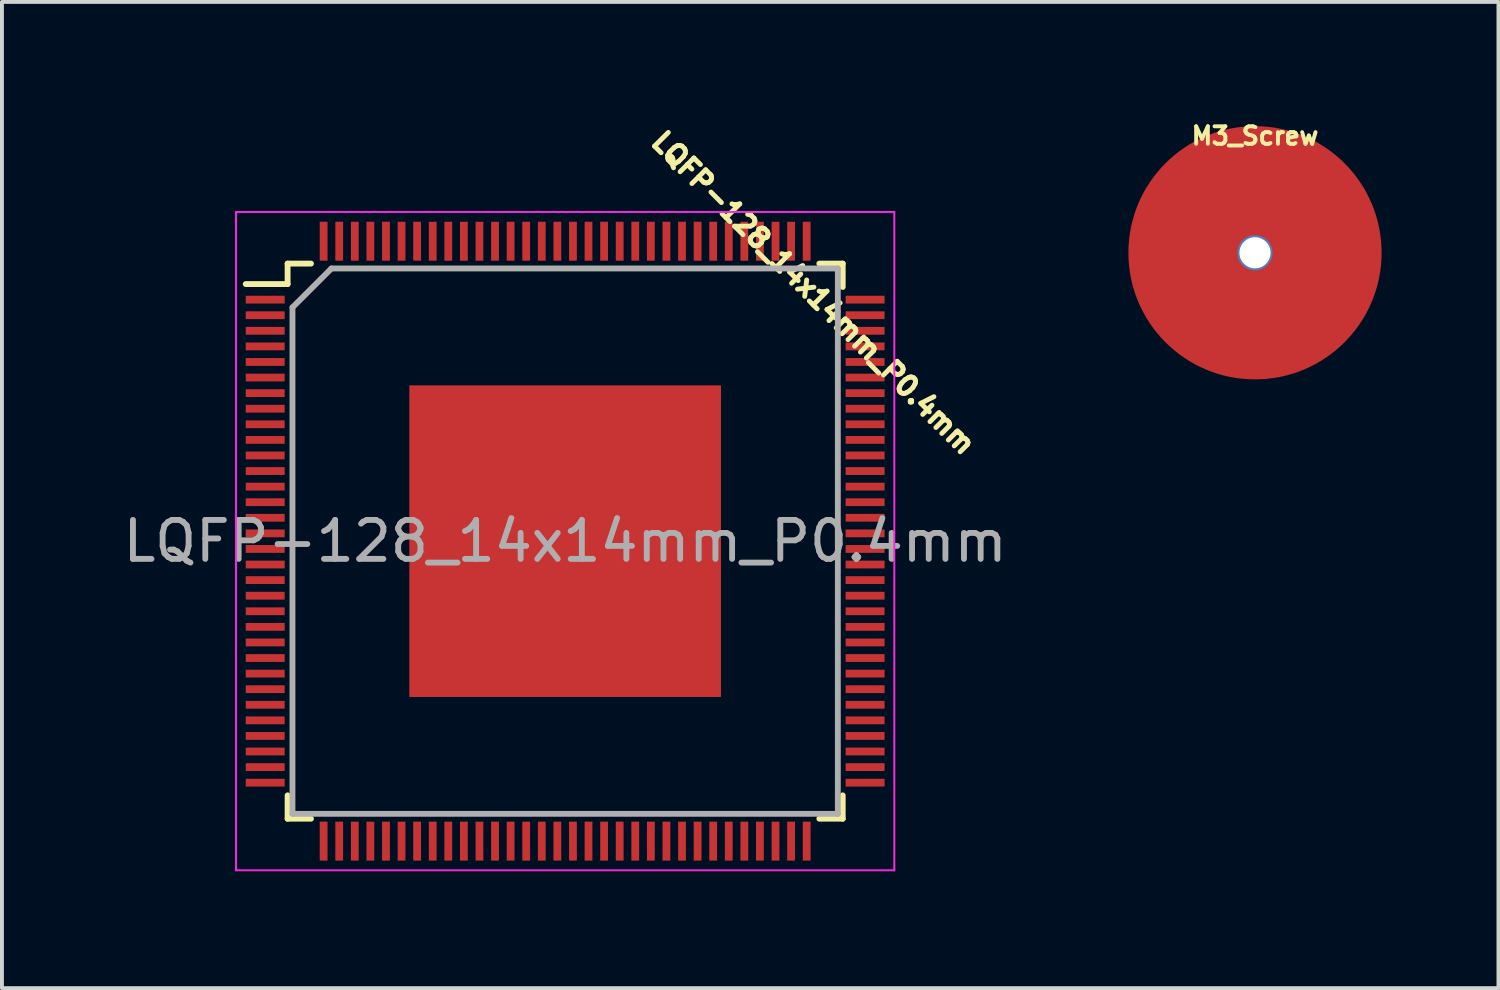
<source format=kicad_pcb>
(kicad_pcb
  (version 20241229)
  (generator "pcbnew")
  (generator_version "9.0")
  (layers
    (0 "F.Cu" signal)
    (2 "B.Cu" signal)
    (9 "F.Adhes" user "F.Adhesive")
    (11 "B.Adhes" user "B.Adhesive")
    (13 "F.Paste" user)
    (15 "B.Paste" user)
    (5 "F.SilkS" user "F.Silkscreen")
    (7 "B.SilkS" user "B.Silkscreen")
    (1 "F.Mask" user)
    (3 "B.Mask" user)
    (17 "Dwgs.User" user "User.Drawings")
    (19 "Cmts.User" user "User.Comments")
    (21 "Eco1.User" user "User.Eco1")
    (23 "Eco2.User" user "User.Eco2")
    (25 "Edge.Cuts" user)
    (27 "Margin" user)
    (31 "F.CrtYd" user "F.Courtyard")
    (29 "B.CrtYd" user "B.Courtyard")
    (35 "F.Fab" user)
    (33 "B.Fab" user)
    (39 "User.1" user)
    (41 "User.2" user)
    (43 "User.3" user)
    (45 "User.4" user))
  (footprint "LQFP-128_14x14mm_P0.4mm"
    (layer "F.Cu")
    (at 11.458 10.842)
    (property "Reference" "LQFP-128_14x14mm_P0.4mm" (at 6.376 -6.376 135) (layer "F.SilkS") (effects (font (size 0.5 0.5) (thickness 0.125))))
    (attr smd)
    (fp_line (start -7.125 -7.125) (end -7.125 -6.6) (stroke (width 0.15) (type solid)) (layer "F.SilkS"))
    (fp_line (start -7.125 -7.125) (end -6.525 -7.125) (stroke (width 0.15) (type solid)) (layer "F.SilkS"))
    (fp_line (start -7.125 -6.6) (end -8.2 -6.6) (stroke (width 0.15) (type solid)) (layer "F.SilkS"))
    (fp_line (start -7.125 7.125) (end -7.125 6.525) (stroke (width 0.15) (type solid)) (layer "F.SilkS"))
    (fp_line (start -7.125 7.125) (end -6.525 7.125) (stroke (width 0.15) (type solid)) (layer "F.SilkS"))
    (fp_line (start 7.125 -7.125) (end 6.525 -7.125) (stroke (width 0.15) (type solid)) (layer "F.SilkS"))
    (fp_line (start 7.125 -7.125) (end 7.125 -6.525) (stroke (width 0.15) (type solid)) (layer "F.SilkS"))
    (fp_line (start 7.125 7.125) (end 6.525 7.125) (stroke (width 0.15) (type solid)) (layer "F.SilkS"))
    (fp_line (start 7.125 7.125) (end 7.125 6.525) (stroke (width 0.15) (type solid)) (layer "F.SilkS"))
    (fp_line (start -8.45 -8.45) (end -8.45 8.45) (stroke (width 0.05) (type solid)) (layer "F.CrtYd"))
    (fp_line (start -8.45 -8.45) (end 8.45 -8.45) (stroke (width 0.05) (type solid)) (layer "F.CrtYd"))
    (fp_line (start -8.45 8.45) (end 8.45 8.45) (stroke (width 0.05) (type solid)) (layer "F.CrtYd"))
    (fp_line (start 8.45 -8.45) (end 8.45 8.45) (stroke (width 0.05) (type solid)) (layer "F.CrtYd"))
    (fp_line (start -7 -6) (end -6 -7) (stroke (width 0.15) (type solid)) (layer "F.Fab"))
    (fp_line (start -7 7) (end -7 -6) (stroke (width 0.15) (type solid)) (layer "F.Fab"))
    (fp_line (start -6 -7) (end 7 -7) (stroke (width 0.15) (type solid)) (layer "F.Fab"))
    (fp_line (start 7 -7) (end 7 7) (stroke (width 0.15) (type solid)) (layer "F.Fab"))
    (fp_line (start 7 7) (end -7 7) (stroke (width 0.15) (type solid)) (layer "F.Fab"))
    (fp_text user "${REFERENCE}" (at 0 0 0) (layer "F.Fab") (effects (font (size 1 1) (thickness 0.15))))
    (pad "1" smd rect (at -7.7 -6.2) (size 1 0.2) (layers "F.Cu" "F.Mask" "F.Paste"))
    (pad "2" smd rect (at -7.7 -5.8) (size 1 0.2) (layers "F.Cu" "F.Mask" "F.Paste"))
    (pad "3" smd rect (at -7.7 -5.4) (size 1 0.2) (layers "F.Cu" "F.Mask" "F.Paste"))
    (pad "4" smd rect (at -7.7 -5) (size 1 0.2) (layers "F.Cu" "F.Mask" "F.Paste"))
    (pad "5" smd rect (at -7.7 -4.6) (size 1 0.2) (layers "F.Cu" "F.Mask" "F.Paste"))
    (pad "6" smd rect (at -7.7 -4.2) (size 1 0.2) (layers "F.Cu" "F.Mask" "F.Paste"))
    (pad "7" smd rect (at -7.7 -3.8) (size 1 0.2) (layers "F.Cu" "F.Mask" "F.Paste"))
    (pad "8" smd rect (at -7.7 -3.4) (size 1 0.2) (layers "F.Cu" "F.Mask" "F.Paste"))
    (pad "9" smd rect (at -7.7 -3) (size 1 0.2) (layers "F.Cu" "F.Mask" "F.Paste"))
    (pad "10" smd rect (at -7.7 -2.6) (size 1 0.2) (layers "F.Cu" "F.Mask" "F.Paste"))
    (pad "11" smd rect (at -7.7 -2.2) (size 1 0.2) (layers "F.Cu" "F.Mask" "F.Paste"))
    (pad "12" smd rect (at -7.7 -1.8) (size 1 0.2) (layers "F.Cu" "F.Mask" "F.Paste"))
    (pad "13" smd rect (at -7.7 -1.4) (size 1 0.2) (layers "F.Cu" "F.Mask" "F.Paste"))
    (pad "14" smd rect (at -7.7 -1) (size 1 0.2) (layers "F.Cu" "F.Mask" "F.Paste"))
    (pad "15" smd rect (at -7.7 -0.6) (size 1 0.2) (layers "F.Cu" "F.Mask" "F.Paste"))
    (pad "16" smd rect (at -7.7 -0.2) (size 1 0.2) (layers "F.Cu" "F.Mask" "F.Paste"))
    (pad "17" smd rect (at -7.7 0.2) (size 1 0.2) (layers "F.Cu" "F.Mask" "F.Paste"))
    (pad "18" smd rect (at -7.7 0.6) (size 1 0.2) (layers "F.Cu" "F.Mask" "F.Paste"))
    (pad "19" smd rect (at -7.7 1) (size 1 0.2) (layers "F.Cu" "F.Mask" "F.Paste"))
    (pad "20" smd rect (at -7.7 1.4) (size 1 0.2) (layers "F.Cu" "F.Mask" "F.Paste"))
    (pad "21" smd rect (at -7.7 1.8) (size 1 0.2) (layers "F.Cu" "F.Mask" "F.Paste"))
    (pad "22" smd rect (at -7.7 2.2) (size 1 0.2) (layers "F.Cu" "F.Mask" "F.Paste"))
    (pad "23" smd rect (at -7.7 2.6) (size 1 0.2) (layers "F.Cu" "F.Mask" "F.Paste"))
    (pad "24" smd rect (at -7.7 3) (size 1 0.2) (layers "F.Cu" "F.Mask" "F.Paste"))
    (pad "25" smd rect (at -7.7 3.4) (size 1 0.2) (layers "F.Cu" "F.Mask" "F.Paste"))
    (pad "26" smd rect (at -7.7 3.8) (size 1 0.2) (layers "F.Cu" "F.Mask" "F.Paste"))
    (pad "27" smd rect (at -7.7 4.2) (size 1 0.2) (layers "F.Cu" "F.Mask" "F.Paste"))
    (pad "28" smd rect (at -7.7 4.6) (size 1 0.2) (layers "F.Cu" "F.Mask" "F.Paste"))
    (pad "29" smd rect (at -7.7 5) (size 1 0.2) (layers "F.Cu" "F.Mask" "F.Paste"))
    (pad "30" smd rect (at -7.7 5.4) (size 1 0.2) (layers "F.Cu" "F.Mask" "F.Paste"))
    (pad "31" smd rect (at -7.7 5.8) (size 1 0.2) (layers "F.Cu" "F.Mask" "F.Paste"))
    (pad "32" smd rect (at -7.7 6.2) (size 1 0.2) (layers "F.Cu" "F.Mask" "F.Paste"))
    (pad "33" smd rect (at -6.2 7.7 90) (size 1 0.2) (layers "F.Cu" "F.Mask" "F.Paste"))
    (pad "34" smd rect (at -5.8 7.7 90) (size 1 0.2) (layers "F.Cu" "F.Mask" "F.Paste"))
    (pad "35" smd rect (at -5.4 7.7 90) (size 1 0.2) (layers "F.Cu" "F.Mask" "F.Paste"))
    (pad "36" smd rect (at -5 7.7 90) (size 1 0.2) (layers "F.Cu" "F.Mask" "F.Paste"))
    (pad "37" smd rect (at -4.6 7.7 90) (size 1 0.2) (layers "F.Cu" "F.Mask" "F.Paste"))
    (pad "38" smd rect (at -4.2 7.7 90) (size 1 0.2) (layers "F.Cu" "F.Mask" "F.Paste"))
    (pad "39" smd rect (at -3.8 7.7 90) (size 1 0.2) (layers "F.Cu" "F.Mask" "F.Paste"))
    (pad "40" smd rect (at -3.4 7.7 90) (size 1 0.2) (layers "F.Cu" "F.Mask" "F.Paste"))
    (pad "41" smd rect (at -3 7.7 90) (size 1 0.2) (layers "F.Cu" "F.Mask" "F.Paste"))
    (pad "42" smd rect (at -2.6 7.7 90) (size 1 0.2) (layers "F.Cu" "F.Mask" "F.Paste"))
    (pad "43" smd rect (at -2.2 7.7 90) (size 1 0.2) (layers "F.Cu" "F.Mask" "F.Paste"))
    (pad "44" smd rect (at -1.8 7.7 90) (size 1 0.2) (layers "F.Cu" "F.Mask" "F.Paste"))
    (pad "45" smd rect (at -1.4 7.7 90) (size 1 0.2) (layers "F.Cu" "F.Mask" "F.Paste"))
    (pad "46" smd rect (at -1 7.7 90) (size 1 0.2) (layers "F.Cu" "F.Mask" "F.Paste"))
    (pad "47" smd rect (at -0.6 7.7 90) (size 1 0.2) (layers "F.Cu" "F.Mask" "F.Paste"))
    (pad "48" smd rect (at -0.2 7.7 90) (size 1 0.2) (layers "F.Cu" "F.Mask" "F.Paste"))
    (pad "49" smd rect (at 0.2 7.7 90) (size 1 0.2) (layers "F.Cu" "F.Mask" "F.Paste"))
    (pad "50" smd rect (at 0.6 7.7 90) (size 1 0.2) (layers "F.Cu" "F.Mask" "F.Paste"))
    (pad "51" smd rect (at 1 7.7 90) (size 1 0.2) (layers "F.Cu" "F.Mask" "F.Paste"))
    (pad "52" smd rect (at 1.4 7.7 90) (size 1 0.2) (layers "F.Cu" "F.Mask" "F.Paste"))
    (pad "53" smd rect (at 1.8 7.7 90) (size 1 0.2) (layers "F.Cu" "F.Mask" "F.Paste"))
    (pad "54" smd rect (at 2.2 7.7 90) (size 1 0.2) (layers "F.Cu" "F.Mask" "F.Paste"))
    (pad "55" smd rect (at 2.6 7.7 90) (size 1 0.2) (layers "F.Cu" "F.Mask" "F.Paste"))
    (pad "56" smd rect (at 3 7.7 90) (size 1 0.2) (layers "F.Cu" "F.Mask" "F.Paste"))
    (pad "57" smd rect (at 3.4 7.7 90) (size 1 0.2) (layers "F.Cu" "F.Mask" "F.Paste"))
    (pad "58" smd rect (at 3.8 7.7 90) (size 1 0.2) (layers "F.Cu" "F.Mask" "F.Paste"))
    (pad "59" smd rect (at 4.2 7.7 90) (size 1 0.2) (layers "F.Cu" "F.Mask" "F.Paste"))
    (pad "60" smd rect (at 4.6 7.7 90) (size 1 0.2) (layers "F.Cu" "F.Mask" "F.Paste"))
    (pad "61" smd rect (at 5 7.7 90) (size 1 0.2) (layers "F.Cu" "F.Mask" "F.Paste"))
    (pad "62" smd rect (at 5.4 7.7 90) (size 1 0.2) (layers "F.Cu" "F.Mask" "F.Paste"))
    (pad "63" smd rect (at 5.8 7.7 90) (size 1 0.2) (layers "F.Cu" "F.Mask" "F.Paste"))
    (pad "64" smd rect (at 6.2 7.7 90) (size 1 0.2) (layers "F.Cu" "F.Mask" "F.Paste"))
    (pad "65" smd rect (at 7.7 6.2) (size 1 0.2) (layers "F.Cu" "F.Mask" "F.Paste"))
    (pad "66" smd rect (at 7.7 5.8) (size 1 0.2) (layers "F.Cu" "F.Mask" "F.Paste"))
    (pad "67" smd rect (at 7.7 5.4) (size 1 0.2) (layers "F.Cu" "F.Mask" "F.Paste"))
    (pad "68" smd rect (at 7.7 5) (size 1 0.2) (layers "F.Cu" "F.Mask" "F.Paste"))
    (pad "69" smd rect (at 7.7 4.6) (size 1 0.2) (layers "F.Cu" "F.Mask" "F.Paste"))
    (pad "70" smd rect (at 7.7 4.2) (size 1 0.2) (layers "F.Cu" "F.Mask" "F.Paste"))
    (pad "71" smd rect (at 7.7 3.8) (size 1 0.2) (layers "F.Cu" "F.Mask" "F.Paste"))
    (pad "72" smd rect (at 7.7 3.4) (size 1 0.2) (layers "F.Cu" "F.Mask" "F.Paste"))
    (pad "73" smd rect (at 7.7 3) (size 1 0.2) (layers "F.Cu" "F.Mask" "F.Paste"))
    (pad "74" smd rect (at 7.7 2.6) (size 1 0.2) (layers "F.Cu" "F.Mask" "F.Paste"))
    (pad "75" smd rect (at 7.7 2.2) (size 1 0.2) (layers "F.Cu" "F.Mask" "F.Paste"))
    (pad "76" smd rect (at 7.7 1.8) (size 1 0.2) (layers "F.Cu" "F.Mask" "F.Paste"))
    (pad "77" smd rect (at 7.7 1.4) (size 1 0.2) (layers "F.Cu" "F.Mask" "F.Paste"))
    (pad "78" smd rect (at 7.7 1) (size 1 0.2) (layers "F.Cu" "F.Mask" "F.Paste"))
    (pad "79" smd rect (at 7.7 0.6) (size 1 0.2) (layers "F.Cu" "F.Mask" "F.Paste"))
    (pad "80" smd rect (at 7.7 0.2) (size 1 0.2) (layers "F.Cu" "F.Mask" "F.Paste"))
    (pad "81" smd rect (at 7.7 -0.2) (size 1 0.2) (layers "F.Cu" "F.Mask" "F.Paste"))
    (pad "82" smd rect (at 7.7 -0.6) (size 1 0.2) (layers "F.Cu" "F.Mask" "F.Paste"))
    (pad "83" smd rect (at 7.7 -1) (size 1 0.2) (layers "F.Cu" "F.Mask" "F.Paste"))
    (pad "84" smd rect (at 7.7 -1.4) (size 1 0.2) (layers "F.Cu" "F.Mask" "F.Paste"))
    (pad "85" smd rect (at 7.7 -1.8) (size 1 0.2) (layers "F.Cu" "F.Mask" "F.Paste"))
    (pad "86" smd rect (at 7.7 -2.2) (size 1 0.2) (layers "F.Cu" "F.Mask" "F.Paste"))
    (pad "87" smd rect (at 7.7 -2.6) (size 1 0.2) (layers "F.Cu" "F.Mask" "F.Paste"))
    (pad "88" smd rect (at 7.7 -3) (size 1 0.2) (layers "F.Cu" "F.Mask" "F.Paste"))
    (pad "89" smd rect (at 7.7 -3.4) (size 1 0.2) (layers "F.Cu" "F.Mask" "F.Paste"))
    (pad "90" smd rect (at 7.7 -3.8) (size 1 0.2) (layers "F.Cu" "F.Mask" "F.Paste"))
    (pad "91" smd rect (at 7.7 -4.2) (size 1 0.2) (layers "F.Cu" "F.Mask" "F.Paste"))
    (pad "92" smd rect (at 7.7 -4.6) (size 1 0.2) (layers "F.Cu" "F.Mask" "F.Paste"))
    (pad "93" smd rect (at 7.7 -5) (size 1 0.2) (layers "F.Cu" "F.Mask" "F.Paste"))
    (pad "94" smd rect (at 7.7 -5.4) (size 1 0.2) (layers "F.Cu" "F.Mask" "F.Paste"))
    (pad "95" smd rect (at 7.7 -5.8) (size 1 0.2) (layers "F.Cu" "F.Mask" "F.Paste"))
    (pad "96" smd rect (at 7.7 -6.2) (size 1 0.2) (layers "F.Cu" "F.Mask" "F.Paste"))
    (pad "97" smd rect (at 6.2 -7.7 90) (size 1 0.2) (layers "F.Cu" "F.Mask" "F.Paste"))
    (pad "98" smd rect (at 5.8 -7.7 90) (size 1 0.2) (layers "F.Cu" "F.Mask" "F.Paste"))
    (pad "99" smd rect (at 5.4 -7.7 90) (size 1 0.2) (layers "F.Cu" "F.Mask" "F.Paste"))
    (pad "100" smd rect (at 5 -7.7 90) (size 1 0.2) (layers "F.Cu" "F.Mask" "F.Paste"))
    (pad "101" smd rect (at 4.6 -7.7 90) (size 1 0.2) (layers "F.Cu" "F.Mask" "F.Paste"))
    (pad "102" smd rect (at 4.2 -7.7 90) (size 1 0.2) (layers "F.Cu" "F.Mask" "F.Paste"))
    (pad "103" smd rect (at 3.8 -7.7 90) (size 1 0.2) (layers "F.Cu" "F.Mask" "F.Paste"))
    (pad "104" smd rect (at 3.4 -7.7 90) (size 1 0.2) (layers "F.Cu" "F.Mask" "F.Paste"))
    (pad "105" smd rect (at 3 -7.7 90) (size 1 0.2) (layers "F.Cu" "F.Mask" "F.Paste"))
    (pad "106" smd rect (at 2.6 -7.7 90) (size 1 0.2) (layers "F.Cu" "F.Mask" "F.Paste"))
    (pad "107" smd rect (at 2.2 -7.7 90) (size 1 0.2) (layers "F.Cu" "F.Mask" "F.Paste"))
    (pad "108" smd rect (at 1.8 -7.7 90) (size 1 0.2) (layers "F.Cu" "F.Mask" "F.Paste"))
    (pad "109" smd rect (at 1.4 -7.7 90) (size 1 0.2) (layers "F.Cu" "F.Mask" "F.Paste"))
    (pad "110" smd rect (at 1 -7.7 90) (size 1 0.2) (layers "F.Cu" "F.Mask" "F.Paste"))
    (pad "111" smd rect (at 0.6 -7.7 90) (size 1 0.2) (layers "F.Cu" "F.Mask" "F.Paste"))
    (pad "112" smd rect (at 0.2 -7.7 90) (size 1 0.2) (layers "F.Cu" "F.Mask" "F.Paste"))
    (pad "113" smd rect (at -0.2 -7.7 90) (size 1 0.2) (layers "F.Cu" "F.Mask" "F.Paste"))
    (pad "114" smd rect (at -0.6 -7.7 90) (size 1 0.2) (layers "F.Cu" "F.Mask" "F.Paste"))
    (pad "115" smd rect (at -1 -7.7 90) (size 1 0.2) (layers "F.Cu" "F.Mask" "F.Paste"))
    (pad "116" smd rect (at -1.4 -7.7 90) (size 1 0.2) (layers "F.Cu" "F.Mask" "F.Paste"))
    (pad "117" smd rect (at -1.8 -7.7 90) (size 1 0.2) (layers "F.Cu" "F.Mask" "F.Paste"))
    (pad "118" smd rect (at -2.2 -7.7 90) (size 1 0.2) (layers "F.Cu" "F.Mask" "F.Paste"))
    (pad "119" smd rect (at -2.6 -7.7 90) (size 1 0.2) (layers "F.Cu" "F.Mask" "F.Paste"))
    (pad "120" smd rect (at -3 -7.7 90) (size 1 0.2) (layers "F.Cu" "F.Mask" "F.Paste"))
    (pad "121" smd rect (at -3.4 -7.7 90) (size 1 0.2) (layers "F.Cu" "F.Mask" "F.Paste"))
    (pad "122" smd rect (at -3.8 -7.7 90) (size 1 0.2) (layers "F.Cu" "F.Mask" "F.Paste"))
    (pad "123" smd rect (at -4.2 -7.7 90) (size 1 0.2) (layers "F.Cu" "F.Mask" "F.Paste"))
    (pad "124" smd rect (at -4.6 -7.7 90) (size 1 0.2) (layers "F.Cu" "F.Mask" "F.Paste"))
    (pad "125" smd rect (at -5 -7.7 90) (size 1 0.2) (layers "F.Cu" "F.Mask" "F.Paste"))
    (pad "126" smd rect (at -5.4 -7.7 90) (size 1 0.2) (layers "F.Cu" "F.Mask" "F.Paste"))
    (pad "127" smd rect (at -5.8 -7.7 90) (size 1 0.2) (layers "F.Cu" "F.Mask" "F.Paste"))
    (pad "128" smd rect (at -6.2 -7.7 90) (size 1 0.2) (layers "F.Cu" "F.Mask" "F.Paste"))
    (pad "129" smd rect (at 0 0) (size 8 8) (layers "F.Cu" "F.Mask" "F.Paste")))
  (footprint "M3_Screw"
    (layer "F.Cu")
    (at 29.167 3.439)
    (property "Reference" "M3_Screw" (at 0 -3 0) (layer "F.SilkS") (effects (font (size 0.45 0.45) (thickness 0.1))))
    (attr through_hole)
    (fp_poly (pts (xy -0.75 2.75) (xy -0.75 -2.75) (xy -1.5 -2.5) (xy -2 -2) (xy -2.5 -1.25) (xy -2.75 0) (xy -2.5 1.25) (xy -2 2) (xy -1.5 2.5)) (stroke (width 0.15) (type solid)) (fill yes) (layer "F.Paste"))
    (fp_poly (pts (xy 0.75 -2.75) (xy 0.75 2.75) (xy 1.5 2.5) (xy 2 2) (xy 2.5 1.25) (xy 2.75 0) (xy 2.5 -1.25) (xy 2 -2) (xy 1.5 -2.5)) (stroke (width 0.15) (type solid)) (fill yes) (layer "F.Paste"))
    (pad "1" thru_hole oval (at 0 0) (size 0.9 0.9) (drill 0.8) (layers "*.Cu"))
    (pad "1" smd circle (at 0 0) (size 6.5 6.5) (layers "F.Cu" "F.Mask")))
  (gr_rect
    (start -3 -3)
    (end 35.417 22.317)
    (stroke (width 0.1) (type default))
    (fill no)
    (layer "Edge.Cuts")))
</source>
